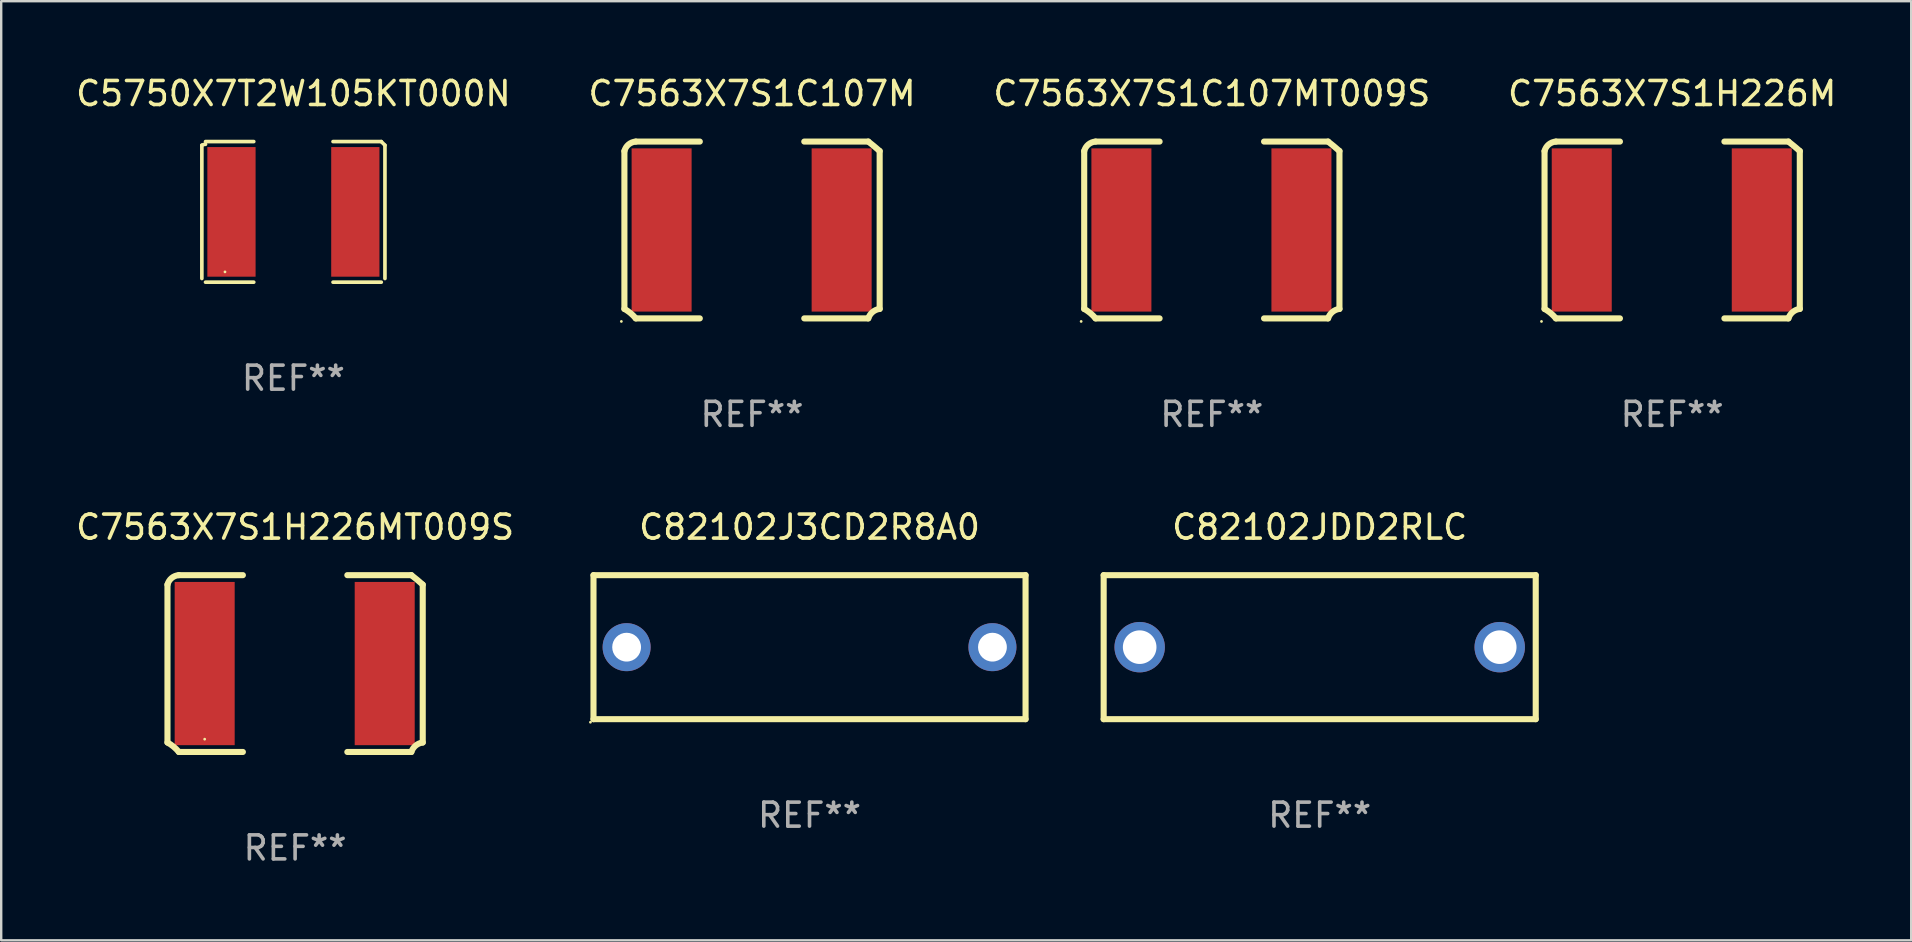
<source format=kicad_pcb>
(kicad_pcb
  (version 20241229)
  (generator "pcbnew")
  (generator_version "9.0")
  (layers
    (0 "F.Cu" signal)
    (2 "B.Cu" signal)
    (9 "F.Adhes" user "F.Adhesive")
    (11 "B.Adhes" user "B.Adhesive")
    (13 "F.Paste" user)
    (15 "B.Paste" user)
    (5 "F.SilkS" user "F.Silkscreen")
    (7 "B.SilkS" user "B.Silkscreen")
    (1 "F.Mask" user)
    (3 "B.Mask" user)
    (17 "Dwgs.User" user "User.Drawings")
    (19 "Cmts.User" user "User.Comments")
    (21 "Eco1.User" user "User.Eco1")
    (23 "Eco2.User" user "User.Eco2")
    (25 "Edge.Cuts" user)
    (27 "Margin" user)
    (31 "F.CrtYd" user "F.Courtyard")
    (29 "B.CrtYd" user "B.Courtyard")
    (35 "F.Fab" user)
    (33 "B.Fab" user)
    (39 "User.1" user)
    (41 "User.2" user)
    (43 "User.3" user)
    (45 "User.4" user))
  (footprint "C7563X7S1H226M"
    (layer "F.Cu")
    (at 66.613 6.531)
    (property "Reference" "C7563X7S1H226M" (at 0 -5.683 0) (layer "F.SilkS") (effects (font (size 1 1) (thickness 0.15))))
    (attr through_hole)
    (fp_line (start -5.317 -3.289) (end -5.317 3.289) (stroke (width 0.254) (type solid)) (layer "F.SilkS"))
    (fp_line (start -4.843 -3.683) (end -2.176 -3.683) (stroke (width 0.254) (type solid)) (layer "F.SilkS"))
    (fp_line (start -4.843 3.683) (end -2.176 3.683) (stroke (width 0.254) (type solid)) (layer "F.SilkS"))
    (fp_line (start 4.843 -3.683) (end 2.176 -3.683) (stroke (width 0.254) (type solid)) (layer "F.SilkS"))
    (fp_line (start 4.843 3.683) (end 2.176 3.683) (stroke (width 0.254) (type solid)) (layer "F.SilkS"))
    (fp_line (start 5.317 -3.289) (end 5.317 3.289) (stroke (width 0.254) (type solid)) (layer "F.SilkS"))
    (fp_arc (start -5.317145 -3.288519) (mid -5.143258 -3.561802) (end -4.842875 -3.683007) (stroke (width 0.254001) (type solid)) (layer "F.SilkS"))
    (fp_arc (start -5.317145 3.288519) (mid -5.061716 3.463769) (end -4.842875 3.683007) (stroke (width 0.254001) (type solid)) (layer "F.SilkS"))
    (fp_arc (start 4.842875 -3.683007) (mid 5.083645 -3.490133) (end 5.317145 -3.288519) (stroke (width 0.254001) (type solid)) (layer "F.SilkS"))
    (fp_arc (start 4.842875 3.683007) (mid 5.022916 3.417122) (end 5.317145 3.288519) (stroke (width 0.254001) (type solid)) (layer "F.SilkS"))
    (fp_circle (center -5.444 3.81) (end -5.414 3.81) (stroke (width 0.06) (type solid)) (fill no) (layer "F.SilkS"))
    (fp_text user "REF**" (at 0 7.683 0) (layer "F.Fab") (effects (font (size 1 1) (thickness 0.15))))
    (pad "1" smd rect (at -3.767 0) (size 2.5 6.8) (layers "F.Cu" "F.Mask" "F.Paste"))
    (pad "2" smd rect (at 3.733 0) (size 2.5 6.8) (layers "F.Cu" "F.Mask" "F.Paste")))
  (footprint "C82102JDD2RLC"
    (layer "F.Cu")
    (at 51.929 23.911)
    (property "Reference" "C82102JDD2RLC" (at 0 -5 0) (layer "F.SilkS") (effects (font (size 1 1) (thickness 0.15))))
    (attr through_hole)
    (fp_line (start -9 -3) (end 9 -3) (stroke (width 0.254) (type solid)) (layer "F.SilkS"))
    (fp_line (start -9 3) (end -9 -3) (stroke (width 0.254) (type solid)) (layer "F.SilkS"))
    (fp_line (start 9 -3) (end 9 3) (stroke (width 0.254) (type solid)) (layer "F.SilkS"))
    (fp_line (start 9 3) (end -9 3) (stroke (width 0.254) (type solid)) (layer "F.SilkS"))
    (fp_circle (center -9 3) (end -8.97 3) (stroke (width 0.06) (type solid)) (fill no) (layer "F.SilkS"))
    (fp_text user "REF**" (at 0 7 0) (layer "F.Fab") (effects (font (size 1 1) (thickness 0.15))))
    (pad "1" thru_hole circle (at -7.5 0) (size 2.1 2.1) (drill 1.4) (layers "*.Cu" "*.Mask"))
    (pad "2" thru_hole circle (at 7.5 0) (size 2.1 2.1) (drill 1.4) (layers "*.Cu" "*.Mask")))
  (footprint "C7563X7S1H226MT009S"
    (layer "F.Cu")
    (at 9.244 24.594)
    (property "Reference" "C7563X7S1H226MT009S" (at 0 -5.683 0) (layer "F.SilkS") (effects (font (size 1 1) (thickness 0.15))))
    (attr through_hole)
    (fp_line (start -5.317 -3.289) (end -5.317 3.289) (stroke (width 0.254) (type solid)) (layer "F.SilkS"))
    (fp_line (start -4.843 -3.683) (end -2.176 -3.683) (stroke (width 0.254) (type solid)) (layer "F.SilkS"))
    (fp_line (start -4.843 3.683) (end -2.176 3.683) (stroke (width 0.254) (type solid)) (layer "F.SilkS"))
    (fp_line (start 4.843 -3.683) (end 2.176 -3.683) (stroke (width 0.254) (type solid)) (layer "F.SilkS"))
    (fp_line (start 4.843 3.683) (end 2.176 3.683) (stroke (width 0.254) (type solid)) (layer "F.SilkS"))
    (fp_line (start 5.317 -3.289) (end 5.317 3.289) (stroke (width 0.254) (type solid)) (layer "F.SilkS"))
    (fp_arc (start -5.317145 -3.288519) (mid -5.143258 -3.561802) (end -4.842875 -3.683007) (stroke (width 0.254001) (type solid)) (layer "F.SilkS"))
    (fp_arc (start -5.317145 3.288519) (mid -5.061716 3.463769) (end -4.842875 3.683007) (stroke (width 0.254001) (type solid)) (layer "F.SilkS"))
    (fp_arc (start 4.842875 -3.683007) (mid 5.083645 -3.490133) (end 5.317145 -3.288519) (stroke (width 0.254001) (type solid)) (layer "F.SilkS"))
    (fp_arc (start 4.842875 3.683007) (mid 5.022916 3.417122) (end 5.317145 3.288519) (stroke (width 0.254001) (type solid)) (layer "F.SilkS"))
    (fp_circle (center -3.767 3.15) (end -3.737 3.15) (stroke (width 0.06) (type solid)) (fill no) (layer "F.SilkS"))
    (fp_text user "REF**" (at 0 7.683 0) (layer "F.Fab") (effects (font (size 1 1) (thickness 0.15))))
    (pad "1" smd rect (at -3.767 0) (size 2.5 6.8) (layers "F.Cu" "F.Mask" "F.Paste"))
    (pad "2" smd rect (at 3.733 0) (size 2.5 6.8) (layers "F.Cu" "F.Mask" "F.Paste")))
  (footprint "C5750X7T2W105KT000N"
    (layer "F.Cu")
    (at 9.173 5.777)
    (property "Reference" "C5750X7T2W105KT000N" (at 0 -4.929 0) (layer "F.SilkS") (effects (font (size 1 1) (thickness 0.15))))
    (attr through_hole)
    (fp_line (start -3.814 2.776) (end -3.814 -2.776) (stroke (width 0.152) (type solid)) (layer "F.SilkS"))
    (fp_line (start -3.661 -2.929) (end -1.651 -2.929) (stroke (width 0.152) (type solid)) (layer "F.SilkS"))
    (fp_line (start -1.651 2.929) (end -3.661 2.929) (stroke (width 0.152) (type solid)) (layer "F.SilkS"))
    (fp_line (start 1.651 2.929) (end 3.661 2.929) (stroke (width 0.152) (type solid)) (layer "F.SilkS"))
    (fp_line (start 3.661 -2.929) (end 1.651 -2.929) (stroke (width 0.152) (type solid)) (layer "F.SilkS"))
    (fp_line (start 3.814 2.776) (end 3.814 -2.776) (stroke (width 0.152) (type solid)) (layer "F.SilkS"))
    (fp_arc (start -3.813614 -2.7762) (mid -3.739925 -2.805625) (end -3.661214 -2.815646) (stroke (width 0.1524) (type solid)) (layer "F.SilkS"))
    (fp_arc (start 3.661214 -2.9286) (mid 3.737425 -2.852411) (end 3.813614 -2.7762) (stroke (width 0.1524) (type solid)) (layer "F.SilkS"))
    (fp_circle (center -2.85 2.5) (end -2.82 2.5) (stroke (width 0.06) (type solid)) (fill no) (layer "F.SilkS"))
    (fp_text user "REF**" (at 0 6.929 0) (layer "F.Fab") (effects (font (size 1 1) (thickness 0.15))))
    (pad "1" smd rect (at -2.58 0) (size 2.01 5.4) (layers "F.Cu" "F.Mask" "F.Paste"))
    (pad "2" smd rect (at 2.58 0) (size 2.01 5.4) (layers "F.Cu" "F.Mask" "F.Paste")))
  (footprint "C7563X7S1C107MT009S"
    (layer "F.Cu")
    (at 47.435 6.531)
    (property "Reference" "C7563X7S1C107MT009S" (at 0 -5.683 0) (layer "F.SilkS") (effects (font (size 1 1) (thickness 0.15))))
    (attr through_hole)
    (fp_line (start -5.317 -3.289) (end -5.317 3.289) (stroke (width 0.254) (type solid)) (layer "F.SilkS"))
    (fp_line (start -4.843 -3.683) (end -2.176 -3.683) (stroke (width 0.254) (type solid)) (layer "F.SilkS"))
    (fp_line (start -4.843 3.683) (end -2.176 3.683) (stroke (width 0.254) (type solid)) (layer "F.SilkS"))
    (fp_line (start 4.843 -3.683) (end 2.176 -3.683) (stroke (width 0.254) (type solid)) (layer "F.SilkS"))
    (fp_line (start 4.843 3.683) (end 2.176 3.683) (stroke (width 0.254) (type solid)) (layer "F.SilkS"))
    (fp_line (start 5.317 -3.289) (end 5.317 3.289) (stroke (width 0.254) (type solid)) (layer "F.SilkS"))
    (fp_arc (start -5.317145 -3.288519) (mid -5.143258 -3.561802) (end -4.842875 -3.683007) (stroke (width 0.254001) (type solid)) (layer "F.SilkS"))
    (fp_arc (start -5.317145 3.288519) (mid -5.061716 3.463769) (end -4.842875 3.683007) (stroke (width 0.254001) (type solid)) (layer "F.SilkS"))
    (fp_arc (start 4.842875 -3.683007) (mid 5.083645 -3.490133) (end 5.317145 -3.288519) (stroke (width 0.254001) (type solid)) (layer "F.SilkS"))
    (fp_arc (start 4.842875 3.683007) (mid 5.022916 3.417122) (end 5.317145 3.288519) (stroke (width 0.254001) (type solid)) (layer "F.SilkS"))
    (fp_circle (center -5.444 3.81) (end -5.414 3.81) (stroke (width 0.06) (type solid)) (fill no) (layer "F.SilkS"))
    (fp_text user "REF**" (at 0 7.683 0) (layer "F.Fab") (effects (font (size 1 1) (thickness 0.15))))
    (pad "1" smd rect (at -3.767 0) (size 2.5 6.8) (layers "F.Cu" "F.Mask" "F.Paste"))
    (pad "2" smd rect (at 3.733 0) (size 2.5 6.8) (layers "F.Cu" "F.Mask" "F.Paste")))
  (footprint "C7563X7S1C107M"
    (layer "F.Cu")
    (at 28.28 6.531)
    (property "Reference" "C7563X7S1C107M" (at 0 -5.683 0) (layer "F.SilkS") (effects (font (size 1 1) (thickness 0.15))))
    (attr through_hole)
    (fp_line (start -5.317 -3.289) (end -5.317 3.289) (stroke (width 0.254) (type solid)) (layer "F.SilkS"))
    (fp_line (start -4.843 -3.683) (end -2.176 -3.683) (stroke (width 0.254) (type solid)) (layer "F.SilkS"))
    (fp_line (start -4.843 3.683) (end -2.176 3.683) (stroke (width 0.254) (type solid)) (layer "F.SilkS"))
    (fp_line (start 4.843 -3.683) (end 2.176 -3.683) (stroke (width 0.254) (type solid)) (layer "F.SilkS"))
    (fp_line (start 4.843 3.683) (end 2.176 3.683) (stroke (width 0.254) (type solid)) (layer "F.SilkS"))
    (fp_line (start 5.317 -3.289) (end 5.317 3.289) (stroke (width 0.254) (type solid)) (layer "F.SilkS"))
    (fp_arc (start -5.317145 -3.288519) (mid -5.143258 -3.561802) (end -4.842875 -3.683007) (stroke (width 0.254001) (type solid)) (layer "F.SilkS"))
    (fp_arc (start -5.317145 3.288519) (mid -5.061716 3.463769) (end -4.842875 3.683007) (stroke (width 0.254001) (type solid)) (layer "F.SilkS"))
    (fp_arc (start 4.842875 -3.683007) (mid 5.083645 -3.490133) (end 5.317145 -3.288519) (stroke (width 0.254001) (type solid)) (layer "F.SilkS"))
    (fp_arc (start 4.842875 3.683007) (mid 5.022916 3.417122) (end 5.317145 3.288519) (stroke (width 0.254001) (type solid)) (layer "F.SilkS"))
    (fp_circle (center -5.444 3.81) (end -5.414 3.81) (stroke (width 0.06) (type solid)) (fill no) (layer "F.SilkS"))
    (fp_text user "REF**" (at 0 7.683 0) (layer "F.Fab") (effects (font (size 1 1) (thickness 0.15))))
    (pad "1" smd rect (at -3.767 0) (size 2.5 6.8) (layers "F.Cu" "F.Mask" "F.Paste"))
    (pad "2" smd rect (at 3.733 0) (size 2.5 6.8) (layers "F.Cu" "F.Mask" "F.Paste")))
  (footprint "C82102J3CD2R8A0"
    (layer "F.Cu")
    (at 30.675 23.911)
    (property "Reference" "C82102J3CD2R8A0" (at 0 -5 0) (layer "F.SilkS") (effects (font (size 1 1) (thickness 0.15))))
    (attr through_hole)
    (fp_line (start -9 -3) (end 9 -3) (stroke (width 0.254) (type solid)) (layer "F.SilkS"))
    (fp_line (start -9 3) (end -9 -3) (stroke (width 0.254) (type solid)) (layer "F.SilkS"))
    (fp_line (start 9 -3) (end 9 3) (stroke (width 0.254) (type solid)) (layer "F.SilkS"))
    (fp_line (start 9 3) (end -9 3) (stroke (width 0.254) (type solid)) (layer "F.SilkS"))
    (fp_circle (center -9.127 3.127) (end -9.097 3.127) (stroke (width 0.06) (type solid)) (fill no) (layer "F.SilkS"))
    (fp_text user "REF**" (at 0 7 0) (layer "F.Fab") (effects (font (size 1 1) (thickness 0.15))))
    (pad "1" thru_hole circle (at -7.62 0) (size 2 2) (drill 1.2) (layers "*.Cu" "*.Mask"))
    (pad "2" thru_hole circle (at 7.62 0) (size 2 2) (drill 1.2) (layers "*.Cu" "*.Mask")))
  (gr_rect
    (start -3 -3)
    (end 76.571 36.125)
    (stroke (width 0.1) (type default))
    (fill no)
    (layer "Edge.Cuts")))
</source>
